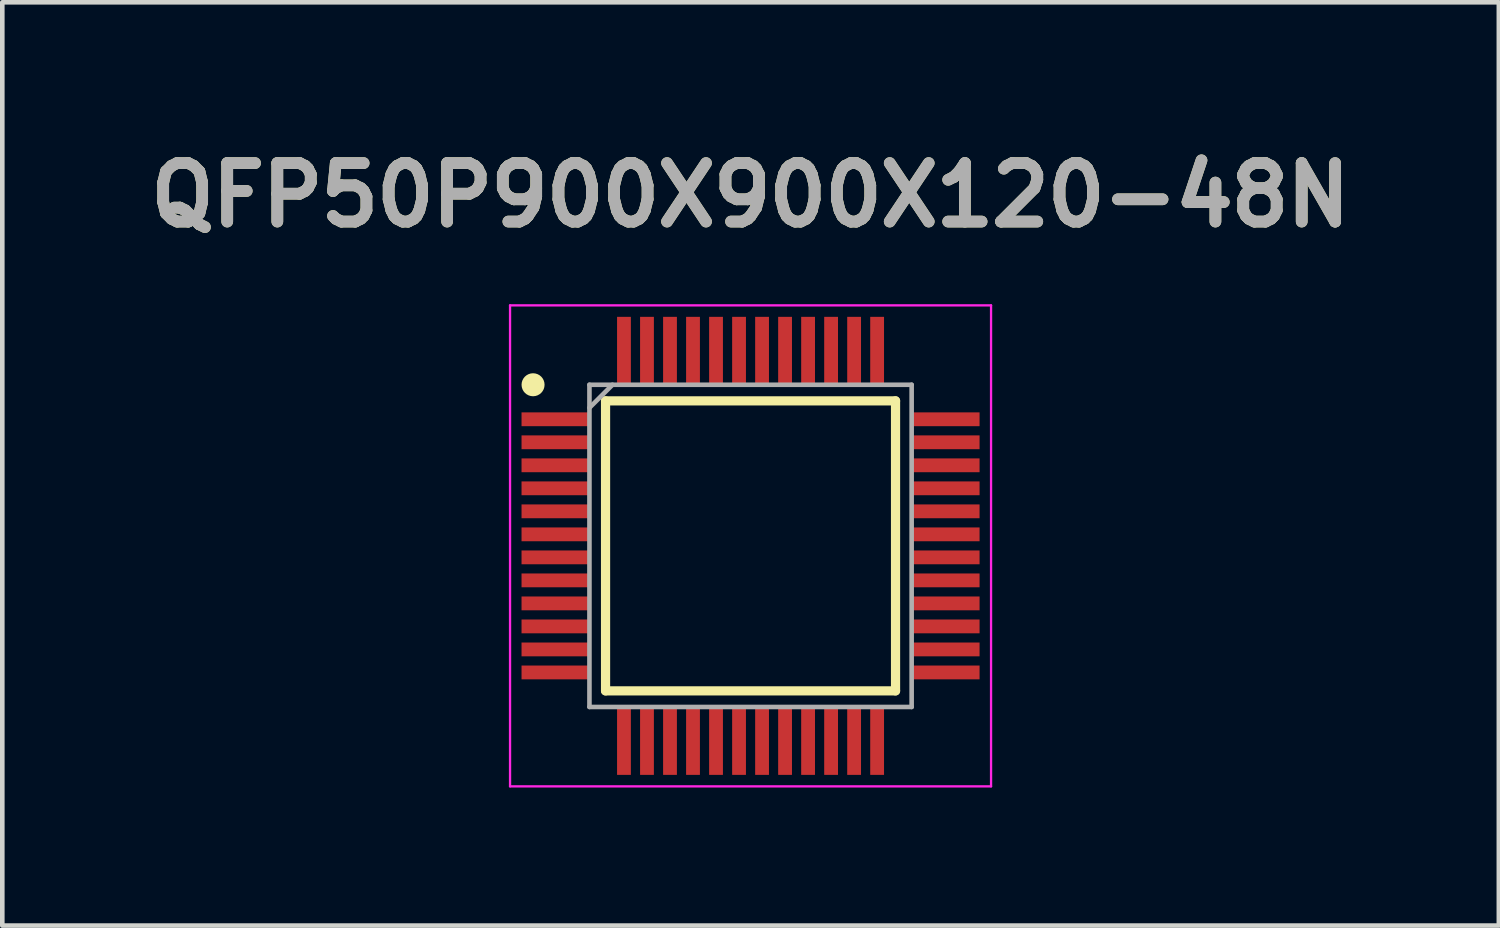
<source format=kicad_pcb>
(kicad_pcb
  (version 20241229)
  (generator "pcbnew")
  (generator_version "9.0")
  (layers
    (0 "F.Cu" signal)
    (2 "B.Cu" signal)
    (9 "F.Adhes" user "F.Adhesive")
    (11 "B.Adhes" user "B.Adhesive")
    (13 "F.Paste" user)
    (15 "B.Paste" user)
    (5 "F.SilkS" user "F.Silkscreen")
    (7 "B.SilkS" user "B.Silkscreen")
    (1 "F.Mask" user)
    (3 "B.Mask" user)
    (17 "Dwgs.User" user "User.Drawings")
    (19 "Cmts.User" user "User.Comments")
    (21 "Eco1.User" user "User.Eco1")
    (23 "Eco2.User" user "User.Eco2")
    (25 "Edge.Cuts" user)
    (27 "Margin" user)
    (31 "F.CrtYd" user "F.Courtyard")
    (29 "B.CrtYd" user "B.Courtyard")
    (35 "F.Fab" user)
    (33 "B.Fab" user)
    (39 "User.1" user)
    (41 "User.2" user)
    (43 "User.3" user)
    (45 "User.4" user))
  (footprint "QFP50P900X900X120-48N"
    (layer "F.Cu")
    (at 13.256 8.809)
    (property "Reference" "QFP50P900X900X120-48N" (at 0 -7.62 0) (layer "F.SilkS") (effects (font (size 1.27 1.27) (thickness 0.254))))
    (attr smd)
    (fp_line (start -3.15 -3.15) (end 3.15 -3.15) (stroke (width 0.2) (type solid)) (layer "F.SilkS"))
    (fp_line (start -3.15 3.15) (end -3.15 -3.15) (stroke (width 0.2) (type solid)) (layer "F.SilkS"))
    (fp_line (start 3.15 -3.15) (end 3.15 3.15) (stroke (width 0.2) (type solid)) (layer "F.SilkS"))
    (fp_line (start 3.15 3.15) (end -3.15 3.15) (stroke (width 0.2) (type solid)) (layer "F.SilkS"))
    (fp_circle (center -4.725 -3.5) (end -4.725 -3.375) (stroke (width 0.25) (type solid)) (fill no) (layer "F.SilkS"))
    (fp_line (start -5.225 -5.225) (end 5.225 -5.225) (stroke (width 0.05) (type solid)) (layer "F.CrtYd"))
    (fp_line (start -5.225 5.225) (end -5.225 -5.225) (stroke (width 0.05) (type solid)) (layer "F.CrtYd"))
    (fp_line (start 5.225 -5.225) (end 5.225 5.225) (stroke (width 0.05) (type solid)) (layer "F.CrtYd"))
    (fp_line (start 5.225 5.225) (end -5.225 5.225) (stroke (width 0.05) (type solid)) (layer "F.CrtYd"))
    (fp_line (start -3.5 -3.5) (end 3.5 -3.5) (stroke (width 0.1) (type solid)) (layer "F.Fab"))
    (fp_line (start -3.5 -3) (end -3 -3.5) (stroke (width 0.1) (type solid)) (layer "F.Fab"))
    (fp_line (start -3.5 3.5) (end -3.5 -3.5) (stroke (width 0.1) (type solid)) (layer "F.Fab"))
    (fp_line (start 3.5 -3.5) (end 3.5 3.5) (stroke (width 0.1) (type solid)) (layer "F.Fab"))
    (fp_line (start 3.5 3.5) (end -3.5 3.5) (stroke (width 0.1) (type solid)) (layer "F.Fab"))
    (fp_text user "${REFERENCE}" (at 0 -7.62 0) (layer "F.Fab") (effects (font (size 1.27 1.27) (thickness 0.254))))
    (pad "1" smd rect (at -4.238 -2.75 90) (size 0.3 1.475) (layers "F.Cu" "F.Mask" "F.Paste"))
    (pad "2" smd rect (at -4.238 -2.25 90) (size 0.3 1.475) (layers "F.Cu" "F.Mask" "F.Paste"))
    (pad "3" smd rect (at -4.238 -1.75 90) (size 0.3 1.475) (layers "F.Cu" "F.Mask" "F.Paste"))
    (pad "4" smd rect (at -4.238 -1.25 90) (size 0.3 1.475) (layers "F.Cu" "F.Mask" "F.Paste"))
    (pad "5" smd rect (at -4.238 -0.75 90) (size 0.3 1.475) (layers "F.Cu" "F.Mask" "F.Paste"))
    (pad "6" smd rect (at -4.238 -0.25 90) (size 0.3 1.475) (layers "F.Cu" "F.Mask" "F.Paste"))
    (pad "7" smd rect (at -4.238 0.25 90) (size 0.3 1.475) (layers "F.Cu" "F.Mask" "F.Paste"))
    (pad "8" smd rect (at -4.238 0.75 90) (size 0.3 1.475) (layers "F.Cu" "F.Mask" "F.Paste"))
    (pad "9" smd rect (at -4.238 1.25 90) (size 0.3 1.475) (layers "F.Cu" "F.Mask" "F.Paste"))
    (pad "10" smd rect (at -4.238 1.75 90) (size 0.3 1.475) (layers "F.Cu" "F.Mask" "F.Paste"))
    (pad "11" smd rect (at -4.238 2.25 90) (size 0.3 1.475) (layers "F.Cu" "F.Mask" "F.Paste"))
    (pad "12" smd rect (at -4.238 2.75 90) (size 0.3 1.475) (layers "F.Cu" "F.Mask" "F.Paste"))
    (pad "13" smd rect (at -2.75 4.238) (size 0.3 1.475) (layers "F.Cu" "F.Mask" "F.Paste"))
    (pad "14" smd rect (at -2.25 4.238) (size 0.3 1.475) (layers "F.Cu" "F.Mask" "F.Paste"))
    (pad "15" smd rect (at -1.75 4.238) (size 0.3 1.475) (layers "F.Cu" "F.Mask" "F.Paste"))
    (pad "16" smd rect (at -1.25 4.238) (size 0.3 1.475) (layers "F.Cu" "F.Mask" "F.Paste"))
    (pad "17" smd rect (at -0.75 4.238) (size 0.3 1.475) (layers "F.Cu" "F.Mask" "F.Paste"))
    (pad "18" smd rect (at -0.25 4.238) (size 0.3 1.475) (layers "F.Cu" "F.Mask" "F.Paste"))
    (pad "19" smd rect (at 0.25 4.238) (size 0.3 1.475) (layers "F.Cu" "F.Mask" "F.Paste"))
    (pad "20" smd rect (at 0.75 4.238) (size 0.3 1.475) (layers "F.Cu" "F.Mask" "F.Paste"))
    (pad "21" smd rect (at 1.25 4.238) (size 0.3 1.475) (layers "F.Cu" "F.Mask" "F.Paste"))
    (pad "22" smd rect (at 1.75 4.238) (size 0.3 1.475) (layers "F.Cu" "F.Mask" "F.Paste"))
    (pad "23" smd rect (at 2.25 4.238) (size 0.3 1.475) (layers "F.Cu" "F.Mask" "F.Paste"))
    (pad "24" smd rect (at 2.75 4.238) (size 0.3 1.475) (layers "F.Cu" "F.Mask" "F.Paste"))
    (pad "25" smd rect (at 4.238 2.75 90) (size 0.3 1.475) (layers "F.Cu" "F.Mask" "F.Paste"))
    (pad "26" smd rect (at 4.238 2.25 90) (size 0.3 1.475) (layers "F.Cu" "F.Mask" "F.Paste"))
    (pad "27" smd rect (at 4.238 1.75 90) (size 0.3 1.475) (layers "F.Cu" "F.Mask" "F.Paste"))
    (pad "28" smd rect (at 4.238 1.25 90) (size 0.3 1.475) (layers "F.Cu" "F.Mask" "F.Paste"))
    (pad "29" smd rect (at 4.238 0.75 90) (size 0.3 1.475) (layers "F.Cu" "F.Mask" "F.Paste"))
    (pad "30" smd rect (at 4.238 0.25 90) (size 0.3 1.475) (layers "F.Cu" "F.Mask" "F.Paste"))
    (pad "31" smd rect (at 4.238 -0.25 90) (size 0.3 1.475) (layers "F.Cu" "F.Mask" "F.Paste"))
    (pad "32" smd rect (at 4.238 -0.75 90) (size 0.3 1.475) (layers "F.Cu" "F.Mask" "F.Paste"))
    (pad "33" smd rect (at 4.238 -1.25 90) (size 0.3 1.475) (layers "F.Cu" "F.Mask" "F.Paste"))
    (pad "34" smd rect (at 4.238 -1.75 90) (size 0.3 1.475) (layers "F.Cu" "F.Mask" "F.Paste"))
    (pad "35" smd rect (at 4.238 -2.25 90) (size 0.3 1.475) (layers "F.Cu" "F.Mask" "F.Paste"))
    (pad "36" smd rect (at 4.238 -2.75 90) (size 0.3 1.475) (layers "F.Cu" "F.Mask" "F.Paste"))
    (pad "37" smd rect (at 2.75 -4.238) (size 0.3 1.475) (layers "F.Cu" "F.Mask" "F.Paste"))
    (pad "38" smd rect (at 2.25 -4.238) (size 0.3 1.475) (layers "F.Cu" "F.Mask" "F.Paste"))
    (pad "39" smd rect (at 1.75 -4.238) (size 0.3 1.475) (layers "F.Cu" "F.Mask" "F.Paste"))
    (pad "40" smd rect (at 1.25 -4.238) (size 0.3 1.475) (layers "F.Cu" "F.Mask" "F.Paste"))
    (pad "41" smd rect (at 0.75 -4.238) (size 0.3 1.475) (layers "F.Cu" "F.Mask" "F.Paste"))
    (pad "42" smd rect (at 0.25 -4.238) (size 0.3 1.475) (layers "F.Cu" "F.Mask" "F.Paste"))
    (pad "43" smd rect (at -0.25 -4.238) (size 0.3 1.475) (layers "F.Cu" "F.Mask" "F.Paste"))
    (pad "44" smd rect (at -0.75 -4.238) (size 0.3 1.475) (layers "F.Cu" "F.Mask" "F.Paste"))
    (pad "45" smd rect (at -1.25 -4.238) (size 0.3 1.475) (layers "F.Cu" "F.Mask" "F.Paste"))
    (pad "46" smd rect (at -1.75 -4.238) (size 0.3 1.475) (layers "F.Cu" "F.Mask" "F.Paste"))
    (pad "47" smd rect (at -2.25 -4.238) (size 0.3 1.475) (layers "F.Cu" "F.Mask" "F.Paste"))
    (pad "48" smd rect (at -2.75 -4.238) (size 0.3 1.475) (layers "F.Cu" "F.Mask" "F.Paste")))
  (gr_rect
    (start -3 -3)
    (end 29.513 17.059)
    (stroke (width 0.1) (type default))
    (fill no)
    (layer "Edge.Cuts")))
</source>
